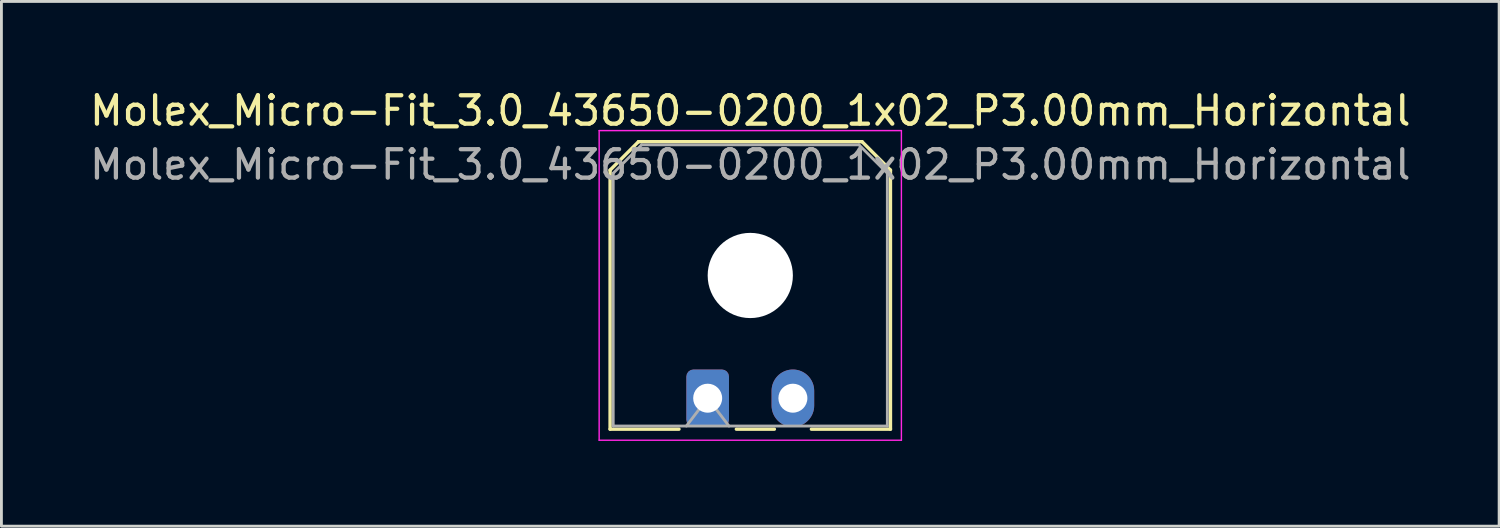
<source format=kicad_pcb>
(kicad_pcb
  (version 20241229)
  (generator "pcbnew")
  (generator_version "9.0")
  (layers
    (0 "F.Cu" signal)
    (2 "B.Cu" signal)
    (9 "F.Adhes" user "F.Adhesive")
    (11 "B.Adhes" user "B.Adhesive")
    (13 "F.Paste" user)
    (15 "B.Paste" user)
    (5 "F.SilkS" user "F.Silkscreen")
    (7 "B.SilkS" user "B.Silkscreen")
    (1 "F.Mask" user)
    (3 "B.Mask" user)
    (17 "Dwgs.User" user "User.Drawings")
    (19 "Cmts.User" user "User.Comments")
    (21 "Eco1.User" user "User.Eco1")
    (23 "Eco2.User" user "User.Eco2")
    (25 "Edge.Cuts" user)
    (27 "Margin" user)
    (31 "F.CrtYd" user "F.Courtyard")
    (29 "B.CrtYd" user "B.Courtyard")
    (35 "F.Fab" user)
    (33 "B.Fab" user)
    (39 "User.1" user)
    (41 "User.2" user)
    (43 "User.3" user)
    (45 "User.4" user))
  (footprint "Molex_Micro-Fit_3.0_43650-0200_1x02_P3.00mm_Horizontal"
    (layer "F.Cu")
    (at 21.863 10.968)
    (property "Reference" "Molex_Micro-Fit_3.0_43650-0200_1x02_P3.00mm_Horizontal" (at 1.5 -10.12 0) (layer "F.SilkS") (effects (font (size 1 1) (thickness 0.15))))
    (attr through_hole)
    (fp_line (start -3.435 -8.03) (end -2.435 -9.03) (stroke (width 0.12) (type solid)) (layer "F.SilkS"))
    (fp_line (start -3.435 1.09) (end -3.435 -8.03) (stroke (width 0.12) (type solid)) (layer "F.SilkS"))
    (fp_line (start -3.435 1.09) (end -1.01 1.09) (stroke (width 0.12) (type solid)) (layer "F.SilkS"))
    (fp_line (start -2.435 -9.03) (end 5.435 -9.03) (stroke (width 0.12) (type solid)) (layer "F.SilkS"))
    (fp_line (start 1.01 1.09) (end 2.348 1.09) (stroke (width 0.12) (type solid)) (layer "F.SilkS"))
    (fp_line (start 5.435 -9.03) (end 6.435 -8.03) (stroke (width 0.12) (type solid)) (layer "F.SilkS"))
    (fp_line (start 6.435 -8.03) (end 6.435 1.09) (stroke (width 0.12) (type solid)) (layer "F.SilkS"))
    (fp_line (start 6.435 1.09) (end 3.652 1.09) (stroke (width 0.12) (type solid)) (layer "F.SilkS"))
    (fp_line (start -3.82 -9.42) (end 6.82 -9.42) (stroke (width 0.05) (type solid)) (layer "F.CrtYd"))
    (fp_line (start -3.82 1.48) (end -3.82 -9.42) (stroke (width 0.05) (type solid)) (layer "F.CrtYd"))
    (fp_line (start 6.82 -9.42) (end 6.82 1.48) (stroke (width 0.05) (type solid)) (layer "F.CrtYd"))
    (fp_line (start 6.82 1.48) (end -3.82 1.48) (stroke (width 0.05) (type solid)) (layer "F.CrtYd"))
    (fp_line (start -3.325 -7.92) (end -2.325 -8.92) (stroke (width 0.1) (type solid)) (layer "F.Fab"))
    (fp_line (start -3.325 0.98) (end -3.325 -7.92) (stroke (width 0.1) (type solid)) (layer "F.Fab"))
    (fp_line (start -2.325 -8.92) (end 5.325 -8.92) (stroke (width 0.1) (type solid)) (layer "F.Fab"))
    (fp_line (start -0.75 0.98) (end 0 0) (stroke (width 0.1) (type solid)) (layer "F.Fab"))
    (fp_line (start 0 0) (end 0.75 0.98) (stroke (width 0.1) (type solid)) (layer "F.Fab"))
    (fp_line (start 5.325 -8.92) (end 6.325 -7.92) (stroke (width 0.1) (type solid)) (layer "F.Fab"))
    (fp_line (start 6.325 -7.92) (end 6.325 0.98) (stroke (width 0.1) (type solid)) (layer "F.Fab"))
    (fp_line (start 6.325 0.98) (end -3.325 0.98) (stroke (width 0.1) (type solid)) (layer "F.Fab"))
    (fp_text user "${REFERENCE}" (at 1.5 -8.22 0) (layer "F.Fab") (effects (font (size 1 1) (thickness 0.15))))
    (pad "" np_thru_hole circle (at 1.5 -4.32) (size 3 3) (drill 3) (layers "*.Cu" "*.Mask"))
    (pad "1" thru_hole roundrect (at 0 0) (size 1.5 2.02) (drill 1.02) (layers "*.Cu" "*.Mask") (roundrect_rratio 0.167))
    (pad "2" thru_hole oval (at 3 0) (size 1.5 2.02) (drill 1.02) (layers "*.Cu" "*.Mask")))
  (gr_rect
    (start -3 -3)
    (end 49.726 15.473)
    (stroke (width 0.1) (type default))
    (fill no)
    (layer "Edge.Cuts")))
</source>
